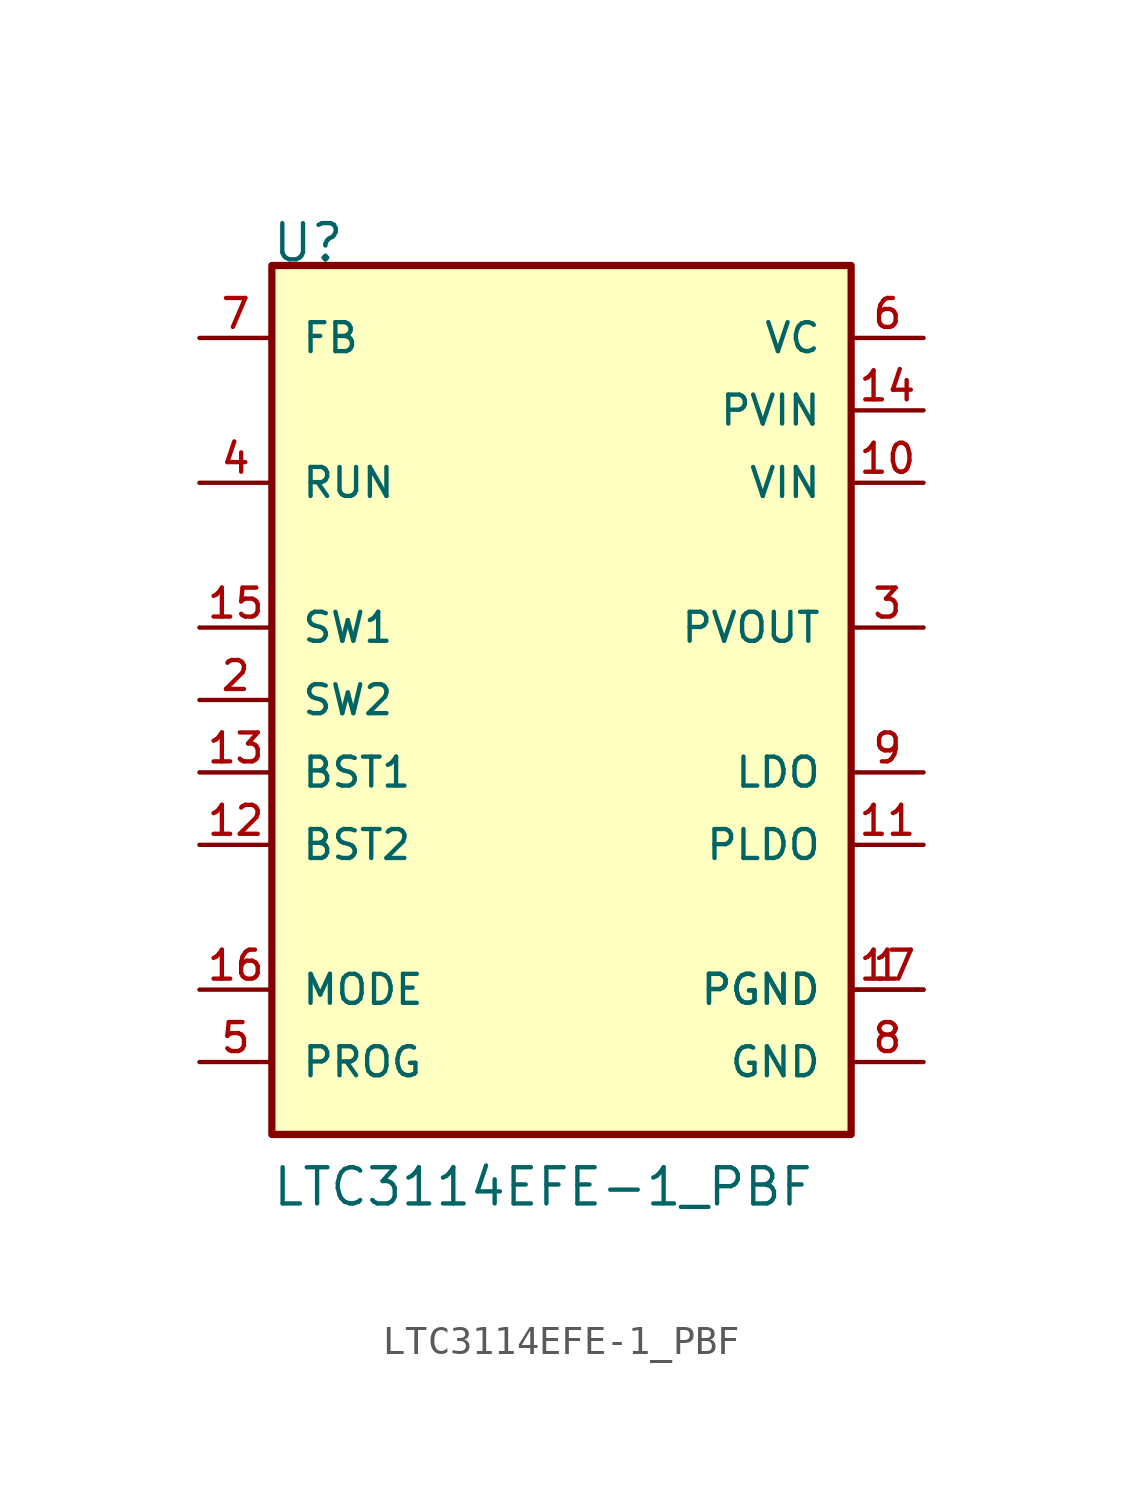
<source format=kicad_sym>
(kicad_symbol_lib
  (version 20241209)
  (generator "kicad_symbol_editor")
  (generator_version "9.0")
  (symbol "LTC3114EFE-1_PBF"
    (pin_names
      (offset 1.016))
    (property "Reference" "U"
      (at -10.196 15.294 0)
      (effects (font (size 1.27 1.27)) (justify left bottom)))
    (property "Value" "LTC3114EFE-1_PBF"
      (at -10.185 -17.823 0)
      (effects (font (size 1.27 1.27)) (justify left bottom)))
    (symbol "LTC3114EFE-1_PBF_0_0"
      (rectangle (start -10.16 -15.24) (end 10.16 15.24) (stroke (width 0.254) (type default)) (fill (type background)))
      (pin input line (at -12.7 12.7 0) (length 2.54) (name "FB" (effects (font (size 1.016 1.016)))) (number "7" (effects (font (size 1.016 1.016)))))
      (pin input line (at -12.7 7.62 0) (length 2.54) (name "RUN" (effects (font (size 1.016 1.016)))) (number "4" (effects (font (size 1.016 1.016)))))
      (pin passive line (at -12.7 2.54 0) (length 2.54) (name "SW1" (effects (font (size 1.016 1.016)))) (number "15" (effects (font (size 1.016 1.016)))))
      (pin passive line (at -12.7 0 0) (length 2.54) (name "SW2" (effects (font (size 1.016 1.016)))) (number "2" (effects (font (size 1.016 1.016)))))
      (pin input line (at -12.7 -2.54 0) (length 2.54) (name "BST1" (effects (font (size 1.016 1.016)))) (number "13" (effects (font (size 1.016 1.016)))))
      (pin input line (at -12.7 -5.08 0) (length 2.54) (name "BST2" (effects (font (size 1.016 1.016)))) (number "12" (effects (font (size 1.016 1.016)))))
      (pin input line (at -12.7 -10.16 0) (length 2.54) (name "MODE" (effects (font (size 1.016 1.016)))) (number "16" (effects (font (size 1.016 1.016)))))
      (pin output line (at -12.7 -12.7 0) (length 2.54) (name "PROG" (effects (font (size 1.016 1.016)))) (number "5" (effects (font (size 1.016 1.016)))))
      (pin power_in line (at 12.7 12.7 180) (length 2.54) (name "VC" (effects (font (size 1.016 1.016)))) (number "6" (effects (font (size 1.016 1.016)))))
      (pin power_in line (at 12.7 10.16 180) (length 2.54) (name "PVIN" (effects (font (size 1.016 1.016)))) (number "14" (effects (font (size 1.016 1.016)))))
      (pin power_in line (at 12.7 7.62 180) (length 2.54) (name "VIN" (effects (font (size 1.016 1.016)))) (number "10" (effects (font (size 1.016 1.016)))))
      (pin output line (at 12.7 2.54 180) (length 2.54) (name "PVOUT" (effects (font (size 1.016 1.016)))) (number "3" (effects (font (size 1.016 1.016)))))
      (pin output line (at 12.7 -2.54 180) (length 2.54) (name "LDO" (effects (font (size 1.016 1.016)))) (number "9" (effects (font (size 1.016 1.016)))))
      (pin output line (at 12.7 -5.08 180) (length 2.54) (name "PLDO" (effects (font (size 1.016 1.016)))) (number "11" (effects (font (size 1.016 1.016)))))
      (pin power_in line (at 12.7 -10.16 180) (length 2.54) (name "PGND" (effects (font (size 1.016 1.016)))) (number "1" (effects (font (size 1.016 1.016)))))
      (pin power_in line (at 12.7 -10.16 180) (length 2.54) (name "PGND" (effects (font (size 1.016 1.016)))) (number "17" (effects (font (size 1.016 1.016)))))
      (pin power_in line (at 12.7 -12.7 180) (length 2.54) (name "GND" (effects (font (size 1.016 1.016)))) (number "8" (effects (font (size 1.016 1.016))))))))
</source>
